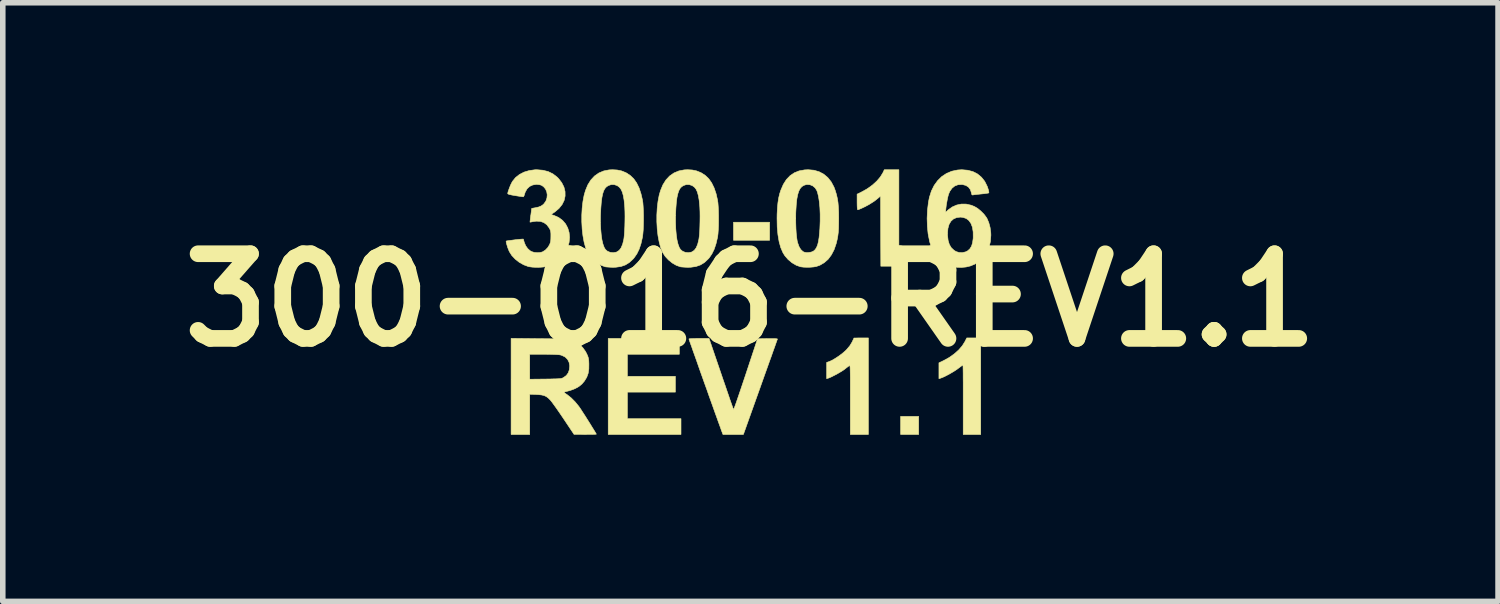
<source format=kicad_pcb>
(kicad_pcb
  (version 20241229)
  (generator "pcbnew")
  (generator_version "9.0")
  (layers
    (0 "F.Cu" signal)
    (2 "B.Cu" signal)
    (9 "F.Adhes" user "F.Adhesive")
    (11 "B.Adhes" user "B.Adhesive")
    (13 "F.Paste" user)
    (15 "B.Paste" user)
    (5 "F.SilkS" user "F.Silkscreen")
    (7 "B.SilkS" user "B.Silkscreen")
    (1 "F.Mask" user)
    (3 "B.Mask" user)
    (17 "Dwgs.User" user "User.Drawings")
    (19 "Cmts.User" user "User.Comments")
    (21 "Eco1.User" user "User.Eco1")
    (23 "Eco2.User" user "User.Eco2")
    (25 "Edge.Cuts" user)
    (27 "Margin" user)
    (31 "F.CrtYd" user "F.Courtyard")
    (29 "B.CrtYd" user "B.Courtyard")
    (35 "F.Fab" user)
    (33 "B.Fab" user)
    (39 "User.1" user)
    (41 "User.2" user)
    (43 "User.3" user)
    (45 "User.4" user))
  (footprint "300-016-REV1.1"
    (layer "F.Cu")
    (at 10.458 2.352)
    (property "Reference" "300-016-REV1.1" (at 0 0 0) (layer "F.SilkS") (effects (font (size 1.524 1.524) (thickness 0.3))))
    (attr through_hole)
    (fp_poly (pts (xy 0.345 -1.077) (xy -0.305 -1.077) (xy -0.305 -1.402) (xy 0.345 -1.402) (xy 0.345 -1.077)) (stroke (width 0.01) (type solid)) (fill yes) (layer "F.SilkS"))
    (fp_poly (pts (xy 3.028 2.418) (xy 2.703 2.418) (xy 2.703 2.093) (xy 3.028 2.093) (xy 3.028 2.418)) (stroke (width 0.01) (type solid)) (fill yes) (layer "F.SilkS"))
    (fp_poly (pts (xy -1.28 0.975) (xy -2.215 0.975) (xy -2.215 1.372) (xy -1.351 1.372) (xy -1.351 1.656) (xy -2.215 1.656) (xy -2.215 2.134) (xy -1.25 2.134) (xy -1.25 2.418) (xy -2.56 2.418) (xy -2.56 0.691) (xy -1.28 0.691) (xy -1.28 0.975)) (stroke (width 0.01) (type solid)) (fill yes) (layer "F.SilkS"))
    (fp_poly (pts (xy 2.672 -0.61) (xy 2.347 -0.61) (xy 2.344 -1.242) (xy 2.342 -1.874) (xy 2.301 -1.838) (xy 2.224 -1.777) (xy 2.13 -1.718) (xy 2.04 -1.671) (xy 1.999 -1.652) (xy 1.964 -1.637) (xy 1.94 -1.628) (xy 1.932 -1.626) (xy 1.927 -1.634) (xy 1.923 -1.658) (xy 1.921 -1.701) (xy 1.92 -1.762) (xy 1.92 -1.766) (xy 1.92 -1.907) (xy 2.007 -1.95) (xy 2.106 -2.006) (xy 2.196 -2.071) (xy 2.274 -2.142) (xy 2.338 -2.217) (xy 2.383 -2.29) (xy 2.41 -2.347) (xy 2.672 -2.347) (xy 2.672 -0.61)) (stroke (width 0.01) (type solid)) (fill yes) (layer "F.SilkS"))
    (fp_poly (pts (xy 4.145 2.418) (xy 3.83 2.418) (xy 3.83 1.793) (xy 3.83 1.683) (xy 3.83 1.578) (xy 3.83 1.482) (xy 3.829 1.395) (xy 3.829 1.32) (xy 3.828 1.258) (xy 3.827 1.211) (xy 3.826 1.181) (xy 3.825 1.169) (xy 3.825 1.168) (xy 3.815 1.174) (xy 3.793 1.19) (xy 3.762 1.213) (xy 3.731 1.236) (xy 3.687 1.267) (xy 3.633 1.3) (xy 3.575 1.334) (xy 3.517 1.364) (xy 3.465 1.389) (xy 3.423 1.405) (xy 3.416 1.407) (xy 3.393 1.414) (xy 3.393 1.129) (xy 3.478 1.088) (xy 3.578 1.033) (xy 3.669 0.968) (xy 3.749 0.897) (xy 3.814 0.821) (xy 3.861 0.746) (xy 3.894 0.681) (xy 4.145 0.681) (xy 4.145 2.418)) (stroke (width 0.01) (type solid)) (fill yes) (layer "F.SilkS"))
    (fp_poly (pts (xy 2.123 2.418) (xy 1.798 2.418) (xy 1.798 1.792) (xy 1.798 1.664) (xy 1.798 1.554) (xy 1.798 1.462) (xy 1.798 1.386) (xy 1.797 1.325) (xy 1.796 1.276) (xy 1.795 1.239) (xy 1.794 1.213) (xy 1.792 1.194) (xy 1.79 1.184) (xy 1.787 1.178) (xy 1.784 1.177) (xy 1.78 1.179) (xy 1.78 1.18) (xy 1.763 1.192) (xy 1.735 1.213) (xy 1.702 1.239) (xy 1.691 1.248) (xy 1.654 1.273) (xy 1.606 1.302) (xy 1.553 1.333) (xy 1.498 1.361) (xy 1.448 1.386) (xy 1.408 1.403) (xy 1.394 1.407) (xy 1.372 1.414) (xy 1.372 1.122) (xy 1.421 1.105) (xy 1.467 1.084) (xy 1.521 1.053) (xy 1.581 1.014) (xy 1.64 0.971) (xy 1.693 0.927) (xy 1.728 0.894) (xy 1.789 0.822) (xy 1.83 0.754) (xy 1.864 0.682) (xy 1.994 0.681) (xy 2.123 0.681) (xy 2.123 2.418)) (stroke (width 0.01) (type solid)) (fill yes) (layer "F.SilkS"))
    (fp_poly (pts (xy -0.529 1.323) (xy -0.492 1.432) (xy -0.456 1.535) (xy -0.423 1.632) (xy -0.393 1.719) (xy -0.367 1.796) (xy -0.344 1.861) (xy -0.326 1.912) (xy -0.313 1.948) (xy -0.306 1.967) (xy -0.305 1.97) (xy -0.301 1.963) (xy -0.29 1.938) (xy -0.274 1.896) (xy -0.253 1.837) (xy -0.228 1.763) (xy -0.198 1.676) (xy -0.164 1.575) (xy -0.126 1.462) (xy -0.085 1.34) (xy 0.128 0.696) (xy 0.309 0.693) (xy 0.381 0.693) (xy 0.435 0.693) (xy 0.47 0.696) (xy 0.485 0.699) (xy 0.486 0.701) (xy 0.482 0.712) (xy 0.472 0.74) (xy 0.456 0.785) (xy 0.435 0.845) (xy 0.408 0.919) (xy 0.378 1.005) (xy 0.343 1.101) (xy 0.305 1.208) (xy 0.264 1.322) (xy 0.221 1.443) (xy 0.178 1.564) (xy -0.127 2.418) (xy -0.495 2.418) (xy -0.511 2.375) (xy -0.521 2.35) (xy -0.535 2.309) (xy -0.555 2.253) (xy -0.58 2.185) (xy -0.608 2.106) (xy -0.64 2.018) (xy -0.674 1.922) (xy -0.711 1.819) (xy -0.749 1.713) (xy -0.787 1.604) (xy -0.827 1.494) (xy -0.866 1.384) (xy -0.904 1.278) (xy -0.94 1.175) (xy -0.974 1.077) (xy -1.006 0.988) (xy -1.035 0.907) (xy -1.059 0.837) (xy -1.08 0.78) (xy -1.095 0.737) (xy -1.104 0.709) (xy -1.107 0.699) (xy -1.098 0.696) (xy -1.071 0.694) (xy -1.03 0.692) (xy -0.979 0.691) (xy -0.926 0.691) (xy -0.745 0.691) (xy -0.529 1.323)) (stroke (width 0.01) (type solid)) (fill yes) (layer "F.SilkS"))
    (fp_poly (pts (xy 1.143 -2.338) (xy 1.236 -2.311) (xy 1.319 -2.267) (xy 1.392 -2.206) (xy 1.454 -2.128) (xy 1.504 -2.034) (xy 1.527 -1.971) (xy 1.548 -1.902) (xy 1.564 -1.832) (xy 1.576 -1.758) (xy 1.583 -1.675) (xy 1.588 -1.581) (xy 1.589 -1.473) (xy 1.588 -1.374) (xy 1.586 -1.291) (xy 1.581 -1.219) (xy 1.573 -1.155) (xy 1.562 -1.094) (xy 1.547 -1.031) (xy 1.543 -1.016) (xy 1.506 -0.908) (xy 1.457 -0.814) (xy 1.398 -0.735) (xy 1.327 -0.673) (xy 1.248 -0.627) (xy 1.184 -0.605) (xy 1.138 -0.597) (xy 1.079 -0.592) (xy 1.017 -0.591) (xy 0.958 -0.593) (xy 0.909 -0.599) (xy 0.901 -0.6) (xy 0.823 -0.628) (xy 0.747 -0.673) (xy 0.678 -0.731) (xy 0.619 -0.799) (xy 0.585 -0.854) (xy 0.546 -0.944) (xy 0.516 -1.052) (xy 0.495 -1.176) (xy 0.482 -1.315) (xy 0.479 -1.468) (xy 0.479 -1.476) (xy 0.815 -1.476) (xy 0.816 -1.381) (xy 0.819 -1.289) (xy 0.824 -1.204) (xy 0.832 -1.129) (xy 0.841 -1.069) (xy 0.847 -1.041) (xy 0.873 -0.967) (xy 0.905 -0.912) (xy 0.944 -0.875) (xy 0.965 -0.864) (xy 1.003 -0.856) (xy 1.05 -0.857) (xy 1.096 -0.865) (xy 1.133 -0.881) (xy 1.136 -0.883) (xy 1.165 -0.909) (xy 1.189 -0.945) (xy 1.209 -0.993) (xy 1.224 -1.053) (xy 1.236 -1.129) (xy 1.245 -1.221) (xy 1.25 -1.29) (xy 1.255 -1.423) (xy 1.255 -1.549) (xy 1.25 -1.665) (xy 1.24 -1.77) (xy 1.226 -1.861) (xy 1.208 -1.936) (xy 1.195 -1.972) (xy 1.165 -2.02) (xy 1.122 -2.056) (xy 1.071 -2.077) (xy 1.016 -2.081) (xy 1.003 -2.079) (xy 0.96 -2.065) (xy 0.924 -2.042) (xy 0.894 -2.007) (xy 0.869 -1.959) (xy 0.85 -1.896) (xy 0.835 -1.818) (xy 0.825 -1.723) (xy 0.818 -1.61) (xy 0.816 -1.571) (xy 0.815 -1.476) (xy 0.479 -1.476) (xy 0.48 -1.548) (xy 0.486 -1.659) (xy 0.495 -1.754) (xy 0.508 -1.838) (xy 0.526 -1.914) (xy 0.547 -1.979) (xy 0.592 -2.083) (xy 0.647 -2.17) (xy 0.713 -2.239) (xy 0.789 -2.291) (xy 0.876 -2.326) (xy 0.975 -2.344) (xy 1.04 -2.347) (xy 1.143 -2.338)) (stroke (width 0.01) (type solid)) (fill yes) (layer "F.SilkS"))
    (fp_poly (pts (xy -2.397 -2.342) (xy -2.321 -2.326) (xy -2.249 -2.297) (xy -2.234 -2.29) (xy -2.163 -2.243) (xy -2.101 -2.184) (xy -2.049 -2.11) (xy -2.005 -2.02) (xy -1.97 -1.914) (xy -1.944 -1.803) (xy -1.936 -1.752) (xy -1.931 -1.684) (xy -1.927 -1.605) (xy -1.925 -1.519) (xy -1.925 -1.43) (xy -1.927 -1.343) (xy -1.93 -1.263) (xy -1.936 -1.192) (xy -1.943 -1.137) (xy -1.944 -1.132) (xy -1.97 -1.016) (xy -2.003 -0.917) (xy -2.044 -0.833) (xy -2.094 -0.761) (xy -2.114 -0.738) (xy -2.18 -0.677) (xy -2.251 -0.633) (xy -2.331 -0.605) (xy -2.422 -0.592) (xy -2.477 -0.59) (xy -2.525 -0.592) (xy -2.569 -0.595) (xy -2.603 -0.598) (xy -2.614 -0.6) (xy -2.686 -0.626) (xy -2.758 -0.668) (xy -2.826 -0.723) (xy -2.885 -0.786) (xy -2.93 -0.854) (xy -2.934 -0.864) (xy -2.968 -0.947) (xy -2.995 -1.047) (xy -3.015 -1.158) (xy -3.029 -1.279) (xy -3.035 -1.396) (xy -2.7 -1.396) (xy -2.695 -1.281) (xy -2.686 -1.177) (xy -2.673 -1.085) (xy -2.655 -1.009) (xy -2.633 -0.949) (xy -2.611 -0.912) (xy -2.574 -0.88) (xy -2.525 -0.86) (xy -2.471 -0.854) (xy -2.417 -0.863) (xy -2.404 -0.868) (xy -2.362 -0.896) (xy -2.327 -0.943) (xy -2.3 -1.008) (xy -2.28 -1.09) (xy -2.276 -1.116) (xy -2.27 -1.173) (xy -2.265 -1.246) (xy -2.261 -1.329) (xy -2.259 -1.417) (xy -2.258 -1.507) (xy -2.259 -1.591) (xy -2.262 -1.667) (xy -2.264 -1.697) (xy -2.274 -1.797) (xy -2.288 -1.879) (xy -2.306 -1.944) (xy -2.33 -1.995) (xy -2.359 -2.032) (xy -2.394 -2.058) (xy -2.401 -2.062) (xy -2.455 -2.08) (xy -2.507 -2.079) (xy -2.557 -2.062) (xy -2.591 -2.04) (xy -2.619 -2.009) (xy -2.642 -1.967) (xy -2.66 -1.912) (xy -2.674 -1.843) (xy -2.685 -1.757) (xy -2.693 -1.653) (xy -2.693 -1.653) (xy -2.699 -1.521) (xy -2.7 -1.396) (xy -3.035 -1.396) (xy -3.036 -1.404) (xy -3.036 -1.531) (xy -3.029 -1.656) (xy -3.015 -1.776) (xy -2.994 -1.887) (xy -2.97 -1.971) (xy -2.927 -2.075) (xy -2.872 -2.163) (xy -2.806 -2.234) (xy -2.729 -2.288) (xy -2.641 -2.325) (xy -2.544 -2.344) (xy -2.482 -2.347) (xy -2.397 -2.342)) (stroke (width 0.01) (type solid)) (fill yes) (layer "F.SilkS"))
    (fp_poly (pts (xy -1.045 -2.342) (xy -0.97 -2.326) (xy -0.898 -2.297) (xy -0.883 -2.29) (xy -0.811 -2.243) (xy -0.75 -2.184) (xy -0.698 -2.11) (xy -0.654 -2.02) (xy -0.618 -1.914) (xy -0.593 -1.803) (xy -0.585 -1.752) (xy -0.58 -1.684) (xy -0.576 -1.605) (xy -0.574 -1.519) (xy -0.574 -1.43) (xy -0.575 -1.343) (xy -0.579 -1.263) (xy -0.584 -1.192) (xy -0.591 -1.137) (xy -0.592 -1.132) (xy -0.619 -1.016) (xy -0.652 -0.917) (xy -0.693 -0.833) (xy -0.742 -0.761) (xy -0.763 -0.738) (xy -0.828 -0.677) (xy -0.9 -0.633) (xy -0.98 -0.605) (xy -1.071 -0.592) (xy -1.126 -0.59) (xy -1.174 -0.592) (xy -1.218 -0.595) (xy -1.252 -0.598) (xy -1.262 -0.6) (xy -1.335 -0.626) (xy -1.407 -0.668) (xy -1.475 -0.723) (xy -1.534 -0.786) (xy -1.578 -0.854) (xy -1.583 -0.864) (xy -1.617 -0.947) (xy -1.643 -1.047) (xy -1.664 -1.158) (xy -1.678 -1.279) (xy -1.684 -1.396) (xy -1.348 -1.396) (xy -1.344 -1.281) (xy -1.335 -1.177) (xy -1.322 -1.085) (xy -1.304 -1.009) (xy -1.282 -0.949) (xy -1.26 -0.912) (xy -1.222 -0.88) (xy -1.174 -0.86) (xy -1.12 -0.854) (xy -1.066 -0.863) (xy -1.053 -0.868) (xy -1.011 -0.896) (xy -0.976 -0.943) (xy -0.949 -1.008) (xy -0.929 -1.09) (xy -0.925 -1.116) (xy -0.918 -1.173) (xy -0.913 -1.246) (xy -0.91 -1.329) (xy -0.908 -1.417) (xy -0.907 -1.507) (xy -0.908 -1.591) (xy -0.911 -1.667) (xy -0.913 -1.697) (xy -0.923 -1.797) (xy -0.937 -1.879) (xy -0.955 -1.944) (xy -0.978 -1.995) (xy -1.007 -2.032) (xy -1.043 -2.058) (xy -1.05 -2.062) (xy -1.104 -2.08) (xy -1.156 -2.079) (xy -1.206 -2.062) (xy -1.24 -2.04) (xy -1.268 -2.009) (xy -1.29 -1.967) (xy -1.308 -1.912) (xy -1.323 -1.843) (xy -1.334 -1.757) (xy -1.342 -1.653) (xy -1.342 -1.653) (xy -1.348 -1.521) (xy -1.348 -1.396) (xy -1.684 -1.396) (xy -1.685 -1.404) (xy -1.685 -1.531) (xy -1.678 -1.656) (xy -1.664 -1.776) (xy -1.643 -1.887) (xy -1.619 -1.971) (xy -1.576 -2.075) (xy -1.521 -2.163) (xy -1.455 -2.234) (xy -1.378 -2.288) (xy -1.29 -2.325) (xy -1.193 -2.344) (xy -1.131 -2.347) (xy -1.045 -2.342)) (stroke (width 0.01) (type solid)) (fill yes) (layer "F.SilkS"))
    (fp_poly (pts (xy -3.823 0.694) (xy -3.701 0.695) (xy -3.598 0.696) (xy -3.512 0.698) (xy -3.439 0.7) (xy -3.38 0.703) (xy -3.33 0.707) (xy -3.289 0.711) (xy -3.255 0.717) (xy -3.225 0.724) (xy -3.198 0.733) (xy -3.171 0.744) (xy -3.144 0.756) (xy -3.079 0.796) (xy -3.02 0.853) (xy -2.97 0.923) (xy -2.949 0.962) (xy -2.932 0.999) (xy -2.921 1.03) (xy -2.914 1.061) (xy -2.91 1.099) (xy -2.908 1.149) (xy -2.909 1.24) (xy -2.921 1.318) (xy -2.946 1.387) (xy -2.985 1.452) (xy -2.986 1.454) (xy -3.033 1.51) (xy -3.089 1.556) (xy -3.156 1.593) (xy -3.237 1.624) (xy -3.336 1.651) (xy -3.337 1.651) (xy -3.351 1.654) (xy -3.355 1.659) (xy -3.348 1.668) (xy -3.328 1.683) (xy -3.301 1.701) (xy -3.229 1.758) (xy -3.157 1.83) (xy -3.089 1.913) (xy -3.077 1.93) (xy -3.06 1.955) (xy -3.036 1.992) (xy -3.007 2.037) (xy -2.973 2.089) (xy -2.938 2.145) (xy -2.902 2.202) (xy -2.868 2.257) (xy -2.837 2.307) (xy -2.81 2.351) (xy -2.789 2.385) (xy -2.777 2.406) (xy -2.774 2.413) (xy -2.783 2.414) (xy -2.81 2.416) (xy -2.851 2.417) (xy -2.904 2.417) (xy -2.964 2.418) (xy -2.974 2.418) (xy -3.175 2.417) (xy -3.362 2.137) (xy -3.41 2.066) (xy -3.456 1.999) (xy -3.5 1.936) (xy -3.539 1.882) (xy -3.571 1.838) (xy -3.595 1.808) (xy -3.604 1.798) (xy -3.64 1.762) (xy -3.675 1.736) (xy -3.714 1.718) (xy -3.761 1.707) (xy -3.82 1.701) (xy -3.858 1.699) (xy -3.973 1.694) (xy -3.973 2.418) (xy -4.308 2.418) (xy -4.308 0.975) (xy -3.973 0.975) (xy -3.973 1.424) (xy -3.691 1.421) (xy -3.607 1.42) (xy -3.541 1.418) (xy -3.491 1.417) (xy -3.453 1.415) (xy -3.425 1.413) (xy -3.404 1.409) (xy -3.388 1.405) (xy -3.375 1.399) (xy -3.367 1.395) (xy -3.315 1.358) (xy -3.279 1.309) (xy -3.261 1.256) (xy -3.253 1.185) (xy -3.264 1.122) (xy -3.291 1.068) (xy -3.334 1.025) (xy -3.392 0.996) (xy -3.425 0.986) (xy -3.45 0.983) (xy -3.492 0.98) (xy -3.547 0.978) (xy -3.612 0.976) (xy -3.684 0.975) (xy -3.724 0.975) (xy -3.973 0.975) (xy -4.308 0.975) (xy -4.308 0.689) (xy -3.823 0.694)) (stroke (width 0.01) (type solid)) (fill yes) (layer "F.SilkS"))
    (fp_poly (pts (xy 3.91 -2.338) (xy 4.005 -2.313) (xy 4.087 -2.271) (xy 4.158 -2.212) (xy 4.217 -2.138) (xy 4.262 -2.048) (xy 4.281 -1.992) (xy 4.289 -1.961) (xy 4.292 -1.938) (xy 4.29 -1.93) (xy 4.278 -1.926) (xy 4.249 -1.922) (xy 4.209 -1.916) (xy 4.161 -1.911) (xy 4.161 -1.911) (xy 4.11 -1.906) (xy 4.065 -1.901) (xy 4.03 -1.897) (xy 4.012 -1.894) (xy 3.994 -1.892) (xy 3.985 -1.9) (xy 3.979 -1.922) (xy 3.978 -1.93) (xy 3.959 -1.988) (xy 3.925 -2.034) (xy 3.878 -2.064) (xy 3.818 -2.08) (xy 3.805 -2.081) (xy 3.737 -2.077) (xy 3.677 -2.054) (xy 3.628 -2.014) (xy 3.588 -1.957) (xy 3.566 -1.905) (xy 3.556 -1.869) (xy 3.545 -1.82) (xy 3.535 -1.764) (xy 3.525 -1.707) (xy 3.519 -1.656) (xy 3.515 -1.617) (xy 3.515 -1.61) (xy 3.515 -1.582) (xy 3.56 -1.624) (xy 3.632 -1.676) (xy 3.711 -1.711) (xy 3.797 -1.729) (xy 3.885 -1.728) (xy 3.974 -1.708) (xy 4.031 -1.685) (xy 4.089 -1.651) (xy 4.147 -1.603) (xy 4.202 -1.548) (xy 4.245 -1.491) (xy 4.26 -1.466) (xy 4.291 -1.392) (xy 4.314 -1.306) (xy 4.326 -1.217) (xy 4.328 -1.169) (xy 4.319 -1.053) (xy 4.294 -0.948) (xy 4.254 -0.854) (xy 4.197 -0.772) (xy 4.126 -0.704) (xy 4.041 -0.649) (xy 3.96 -0.615) (xy 3.881 -0.596) (xy 3.794 -0.588) (xy 3.708 -0.591) (xy 3.629 -0.606) (xy 3.607 -0.612) (xy 3.508 -0.656) (xy 3.422 -0.715) (xy 3.35 -0.79) (xy 3.291 -0.879) (xy 3.246 -0.984) (xy 3.226 -1.051) (xy 3.2 -1.182) (xy 3.197 -1.204) (xy 3.547 -1.204) (xy 3.548 -1.164) (xy 3.558 -1.075) (xy 3.58 -1.002) (xy 3.615 -0.943) (xy 3.664 -0.897) (xy 3.701 -0.874) (xy 3.755 -0.857) (xy 3.814 -0.855) (xy 3.872 -0.868) (xy 3.909 -0.886) (xy 3.949 -0.922) (xy 3.979 -0.969) (xy 3.998 -1.03) (xy 4.009 -1.108) (xy 4.01 -1.13) (xy 4.009 -1.227) (xy 3.996 -1.311) (xy 3.97 -1.379) (xy 3.933 -1.432) (xy 3.885 -1.469) (xy 3.825 -1.489) (xy 3.778 -1.494) (xy 3.71 -1.485) (xy 3.653 -1.46) (xy 3.608 -1.419) (xy 3.575 -1.362) (xy 3.555 -1.291) (xy 3.547 -1.204) (xy 3.197 -1.204) (xy 3.185 -1.324) (xy 3.18 -1.472) (xy 3.187 -1.62) (xy 3.204 -1.761) (xy 3.221 -1.849) (xy 3.257 -1.963) (xy 3.307 -2.064) (xy 3.37 -2.151) (xy 3.444 -2.224) (xy 3.529 -2.28) (xy 3.624 -2.32) (xy 3.728 -2.342) (xy 3.805 -2.347) (xy 3.91 -2.338)) (stroke (width 0.01) (type solid)) (fill yes) (layer "F.SilkS"))
    (fp_poly (pts (xy -3.738 -2.338) (xy -3.641 -2.314) (xy -3.555 -2.272) (xy -3.479 -2.213) (xy -3.456 -2.19) (xy -3.397 -2.114) (xy -3.357 -2.035) (xy -3.337 -1.954) (xy -3.336 -1.874) (xy -3.353 -1.796) (xy -3.39 -1.721) (xy -3.445 -1.652) (xy -3.518 -1.589) (xy -3.533 -1.579) (xy -3.589 -1.542) (xy -3.53 -1.522) (xy -3.449 -1.485) (xy -3.381 -1.434) (xy -3.327 -1.371) (xy -3.288 -1.297) (xy -3.264 -1.217) (xy -3.256 -1.13) (xy -3.264 -1.04) (xy -3.29 -0.948) (xy -3.312 -0.898) (xy -3.365 -0.813) (xy -3.433 -0.738) (xy -3.515 -0.676) (xy -3.605 -0.628) (xy -3.675 -0.605) (xy -3.725 -0.596) (xy -3.787 -0.591) (xy -3.855 -0.59) (xy -3.92 -0.593) (xy -3.976 -0.6) (xy -4 -0.605) (xy -4.082 -0.636) (xy -4.162 -0.681) (xy -4.233 -0.737) (xy -4.294 -0.801) (xy -4.338 -0.87) (xy -4.341 -0.876) (xy -4.355 -0.909) (xy -4.37 -0.948) (xy -4.382 -0.988) (xy -4.392 -1.023) (xy -4.397 -1.05) (xy -4.397 -1.062) (xy -4.397 -1.062) (xy -4.385 -1.066) (xy -4.358 -1.07) (xy -4.32 -1.075) (xy -4.275 -1.081) (xy -4.227 -1.087) (xy -4.18 -1.092) (xy -4.138 -1.096) (xy -4.107 -1.098) (xy -4.09 -1.098) (xy -4.088 -1.098) (xy -4.084 -1.086) (xy -4.077 -1.06) (xy -4.07 -1.036) (xy -4.046 -0.979) (xy -4.01 -0.928) (xy -3.965 -0.888) (xy -3.938 -0.873) (xy -3.893 -0.859) (xy -3.839 -0.854) (xy -3.787 -0.857) (xy -3.745 -0.867) (xy -3.692 -0.9) (xy -3.647 -0.947) (xy -3.616 -0.998) (xy -3.604 -1.029) (xy -3.596 -1.06) (xy -3.593 -1.098) (xy -3.592 -1.148) (xy -3.592 -1.195) (xy -3.595 -1.228) (xy -3.6 -1.253) (xy -3.611 -1.278) (xy -3.623 -1.3) (xy -3.665 -1.356) (xy -3.718 -1.395) (xy -3.781 -1.417) (xy -3.854 -1.421) (xy -3.912 -1.413) (xy -3.942 -1.407) (xy -3.962 -1.404) (xy -3.968 -1.404) (xy -3.967 -1.415) (xy -3.964 -1.442) (xy -3.96 -1.48) (xy -3.954 -1.527) (xy -3.953 -1.529) (xy -3.937 -1.651) (xy -3.869 -1.663) (xy -3.812 -1.676) (xy -3.77 -1.693) (xy -3.736 -1.716) (xy -3.717 -1.734) (xy -3.682 -1.783) (xy -3.663 -1.838) (xy -3.658 -1.896) (xy -3.667 -1.952) (xy -3.69 -2.002) (xy -3.725 -2.043) (xy -3.766 -2.069) (xy -3.796 -2.077) (xy -3.835 -2.082) (xy -3.852 -2.083) (xy -3.917 -2.073) (xy -3.974 -2.047) (xy -4.02 -2.004) (xy -4.053 -1.946) (xy -4.065 -1.91) (xy -4.074 -1.881) (xy -4.084 -1.863) (xy -4.089 -1.859) (xy -4.102 -1.861) (xy -4.132 -1.865) (xy -4.173 -1.871) (xy -4.223 -1.879) (xy -4.234 -1.881) (xy -4.293 -1.891) (xy -4.333 -1.9) (xy -4.358 -1.908) (xy -4.368 -1.915) (xy -4.369 -1.917) (xy -4.365 -1.942) (xy -4.353 -1.979) (xy -4.337 -2.023) (xy -4.319 -2.068) (xy -4.299 -2.109) (xy -4.283 -2.138) (xy -4.228 -2.206) (xy -4.158 -2.261) (xy -4.075 -2.304) (xy -3.982 -2.332) (xy -3.88 -2.346) (xy -3.846 -2.347) (xy -3.738 -2.338)) (stroke (width 0.01) (type solid)) (fill yes) (layer "F.SilkS")))
  (gr_rect
    (start -3 -3)
    (end 23.915 7.775)
    (stroke (width 0.1) (type default))
    (fill no)
    (layer "Edge.Cuts")))
</source>
